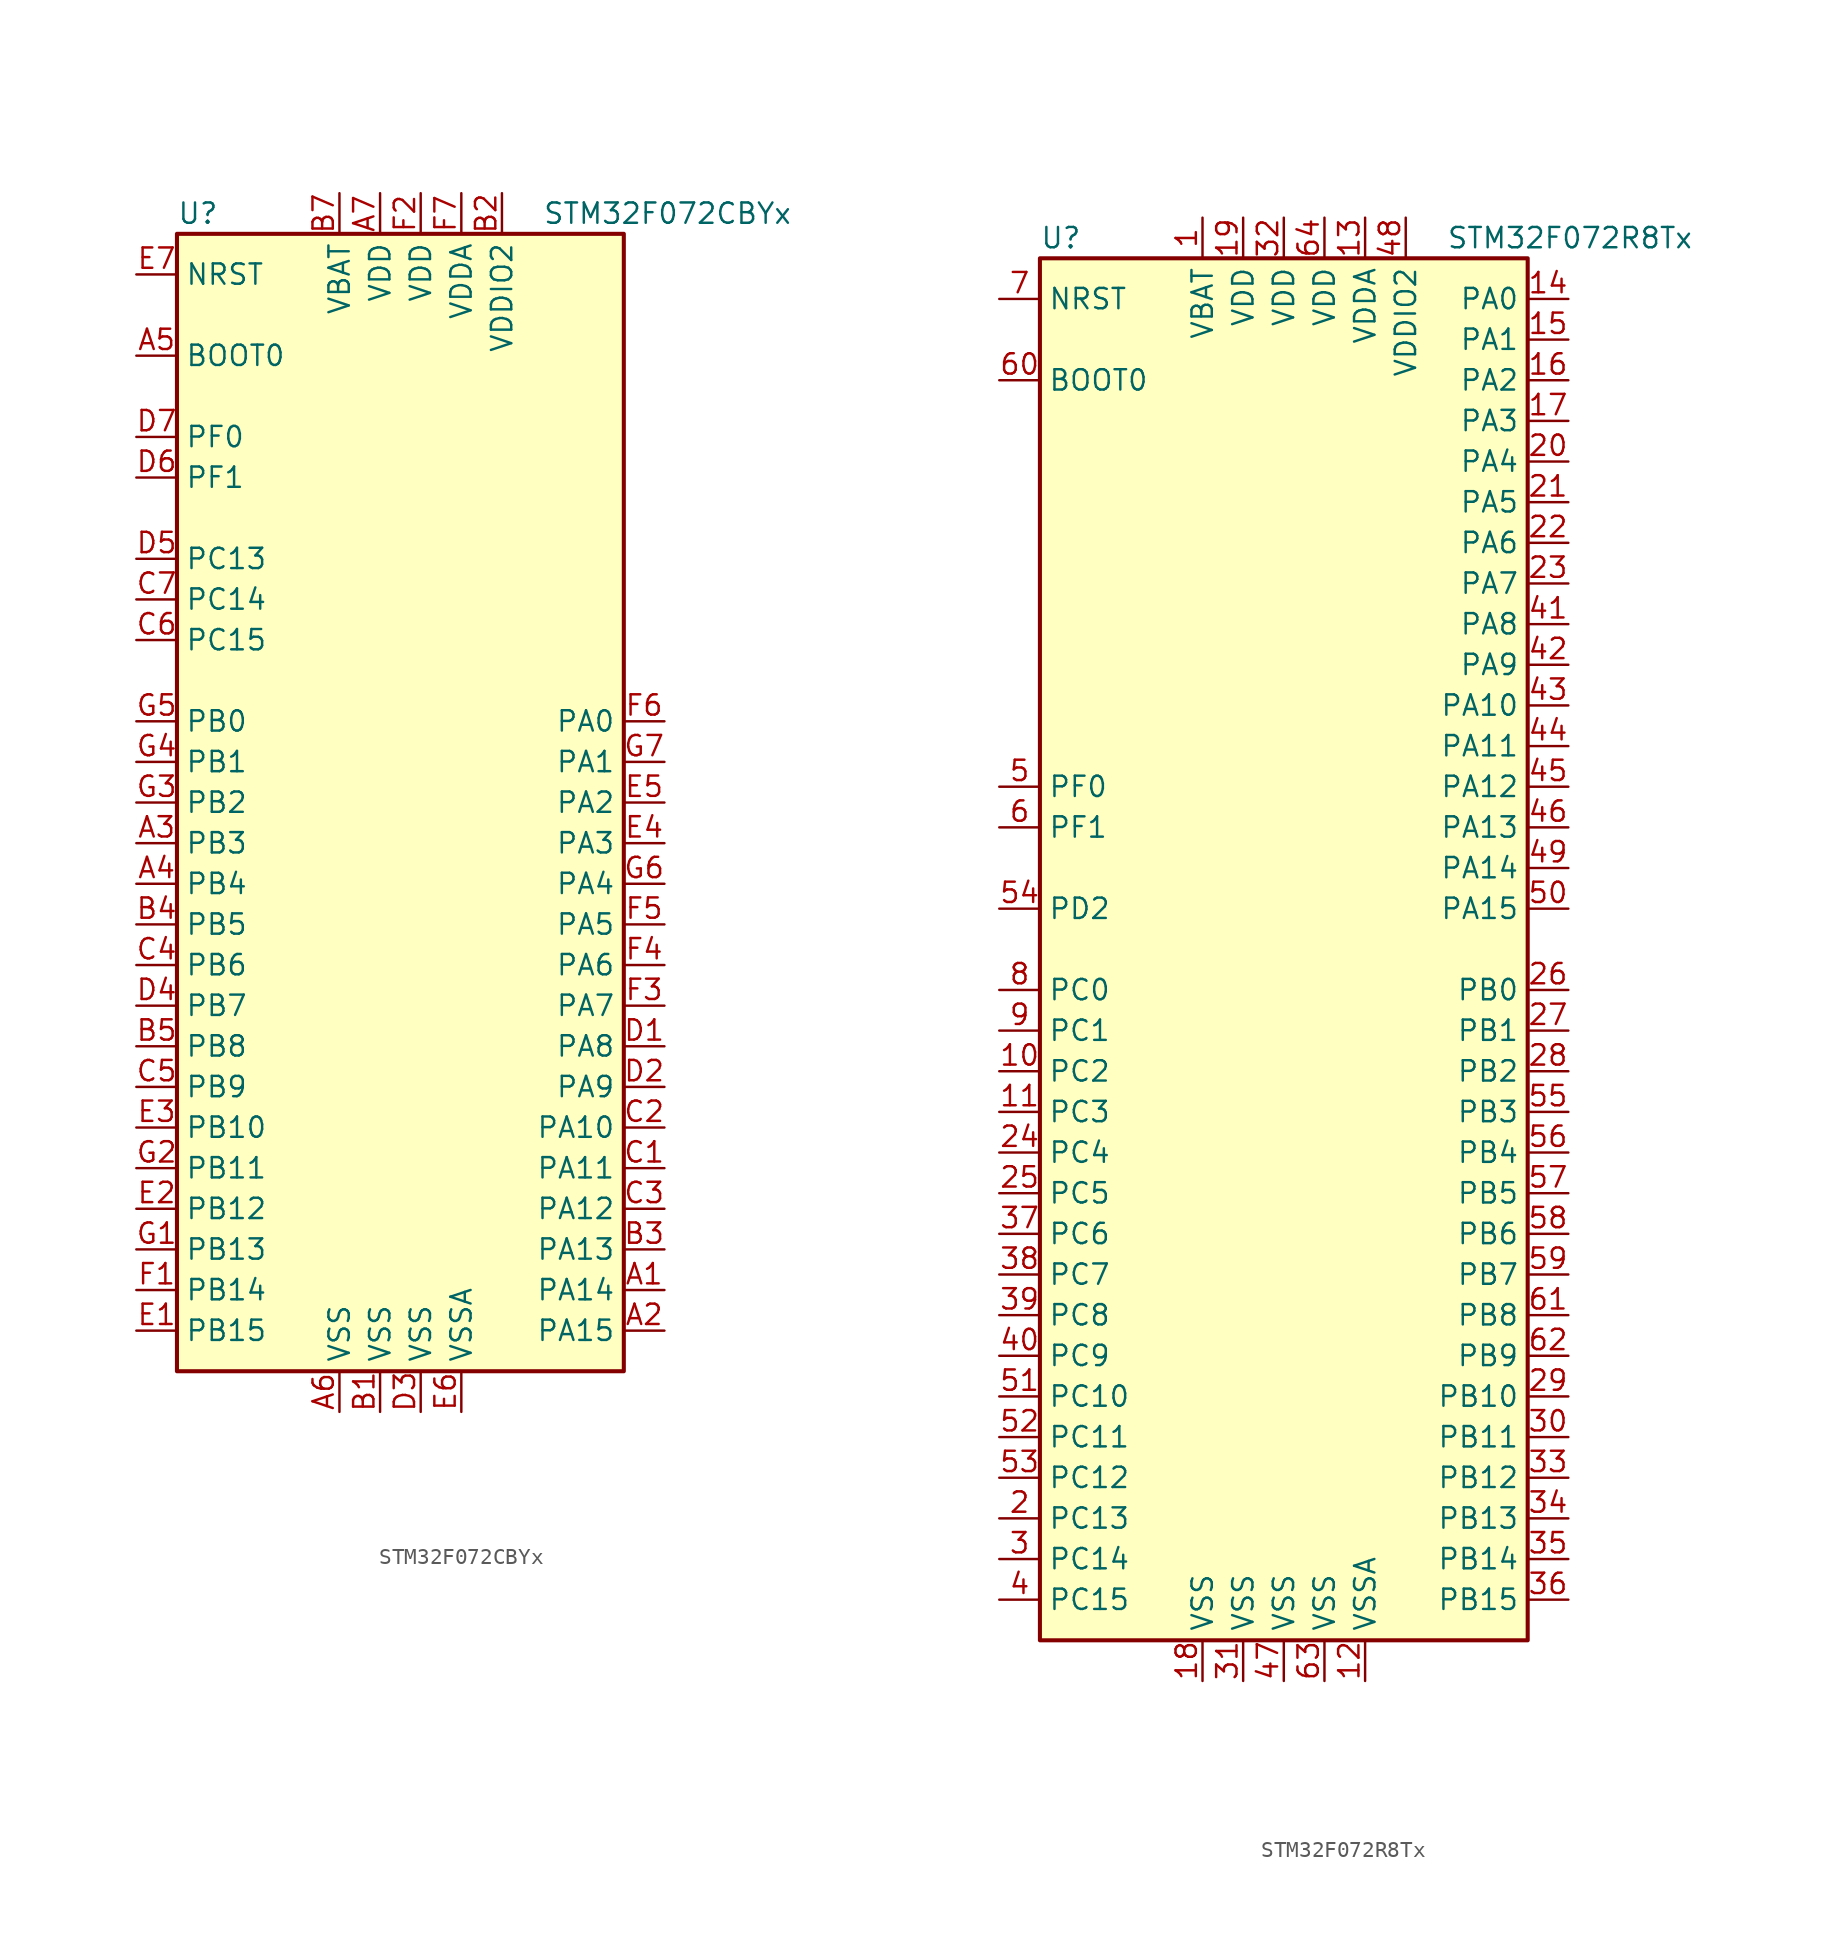
<source format=kicad_sym>
(kicad_symbol_lib
  (version 20201005)
  (generator kicad_symbol_editor)
  (symbol "MCU_ST_STM32F0:STM32F072CBYx"
    (property "Reference" "U"
      (at -15.24 36.83 0)
      (effects (font (size 1.27 1.27)) (justify left)))
    (property "Value" "STM32F072CBYx"
      (at 7.62 36.83 0)
      (effects (font (size 1.27 1.27)) (justify left)))
    (symbol "STM32F072CBYx_0_1"
      (rectangle (start -15.24 -35.56) (end 12.7 35.56) (stroke (width 0.254)) (fill (type background))))
    (symbol "STM32F072CBYx_1_1"
      (pin bidirectional line (at 15.24 -30.48 180) (length 2.54) (name "PA14" (effects (font (size 1.27 1.27)))) (number "A1" (effects (font (size 1.27 1.27)))))
      (pin bidirectional line (at 15.24 -33.02 180) (length 2.54) (name "PA15" (effects (font (size 1.27 1.27)))) (number "A2" (effects (font (size 1.27 1.27)))))
      (pin bidirectional line (at -17.78 -2.54 0) (length 2.54) (name "PB3" (effects (font (size 1.27 1.27)))) (number "A3" (effects (font (size 1.27 1.27)))))
      (pin bidirectional line (at -17.78 -5.08 0) (length 2.54) (name "PB4" (effects (font (size 1.27 1.27)))) (number "A4" (effects (font (size 1.27 1.27)))))
      (pin input line (at -17.78 27.94 0) (length 2.54) (name "BOOT0" (effects (font (size 1.27 1.27)))) (number "A5" (effects (font (size 1.27 1.27)))))
      (pin power_in line (at -5.08 -38.1 90) (length 2.54) (name "VSS" (effects (font (size 1.27 1.27)))) (number "A6" (effects (font (size 1.27 1.27)))))
      (pin power_in line (at -2.54 38.1 270) (length 2.54) (name "VDD" (effects (font (size 1.27 1.27)))) (number "A7" (effects (font (size 1.27 1.27)))))
      (pin power_in line (at -2.54 -38.1 90) (length 2.54) (name "VSS" (effects (font (size 1.27 1.27)))) (number "B1" (effects (font (size 1.27 1.27)))))
      (pin power_in line (at 5.08 38.1 270) (length 2.54) (name "VDDIO2" (effects (font (size 1.27 1.27)))) (number "B2" (effects (font (size 1.27 1.27)))))
      (pin bidirectional line (at 15.24 -27.94 180) (length 2.54) (name "PA13" (effects (font (size 1.27 1.27)))) (number "B3" (effects (font (size 1.27 1.27)))))
      (pin bidirectional line (at -17.78 -7.62 0) (length 2.54) (name "PB5" (effects (font (size 1.27 1.27)))) (number "B4" (effects (font (size 1.27 1.27)))))
      (pin bidirectional line (at -17.78 -15.24 0) (length 2.54) (name "PB8" (effects (font (size 1.27 1.27)))) (number "B5" (effects (font (size 1.27 1.27)))))
      (pin no_connect line (at -15.24 -33.02 0) (length 2.54) hide (name "NC" (effects (font (size 1.27 1.27)))) (number "B6" (effects (font (size 1.27 1.27)))))
      (pin power_in line (at -5.08 38.1 270) (length 2.54) (name "VBAT" (effects (font (size 1.27 1.27)))) (number "B7" (effects (font (size 1.27 1.27)))))
      (pin bidirectional line (at 15.24 -22.86 180) (length 2.54) (name "PA11" (effects (font (size 1.27 1.27)))) (number "C1" (effects (font (size 1.27 1.27)))))
      (pin bidirectional line (at 15.24 -20.32 180) (length 2.54) (name "PA10" (effects (font (size 1.27 1.27)))) (number "C2" (effects (font (size 1.27 1.27)))))
      (pin bidirectional line (at 15.24 -25.4 180) (length 2.54) (name "PA12" (effects (font (size 1.27 1.27)))) (number "C3" (effects (font (size 1.27 1.27)))))
      (pin bidirectional line (at -17.78 -10.16 0) (length 2.54) (name "PB6" (effects (font (size 1.27 1.27)))) (number "C4" (effects (font (size 1.27 1.27)))))
      (pin bidirectional line (at -17.78 -17.78 0) (length 2.54) (name "PB9" (effects (font (size 1.27 1.27)))) (number "C5" (effects (font (size 1.27 1.27)))))
      (pin bidirectional line (at -17.78 10.16 0) (length 2.54) (name "PC15" (effects (font (size 1.27 1.27)))) (number "C6" (effects (font (size 1.27 1.27)))))
      (pin bidirectional line (at -17.78 12.7 0) (length 2.54) (name "PC14" (effects (font (size 1.27 1.27)))) (number "C7" (effects (font (size 1.27 1.27)))))
      (pin bidirectional line (at 15.24 -15.24 180) (length 2.54) (name "PA8" (effects (font (size 1.27 1.27)))) (number "D1" (effects (font (size 1.27 1.27)))))
      (pin bidirectional line (at 15.24 -17.78 180) (length 2.54) (name "PA9" (effects (font (size 1.27 1.27)))) (number "D2" (effects (font (size 1.27 1.27)))))
      (pin power_in line (at 0 -38.1 90) (length 2.54) (name "VSS" (effects (font (size 1.27 1.27)))) (number "D3" (effects (font (size 1.27 1.27)))))
      (pin bidirectional line (at -17.78 -12.7 0) (length 2.54) (name "PB7" (effects (font (size 1.27 1.27)))) (number "D4" (effects (font (size 1.27 1.27)))))
      (pin bidirectional line (at -17.78 15.24 0) (length 2.54) (name "PC13" (effects (font (size 1.27 1.27)))) (number "D5" (effects (font (size 1.27 1.27)))))
      (pin input line (at -17.78 20.32 0) (length 2.54) (name "PF1" (effects (font (size 1.27 1.27)))) (number "D6" (effects (font (size 1.27 1.27)))))
      (pin input line (at -17.78 22.86 0) (length 2.54) (name "PF0" (effects (font (size 1.27 1.27)))) (number "D7" (effects (font (size 1.27 1.27)))))
      (pin bidirectional line (at -17.78 -33.02 0) (length 2.54) (name "PB15" (effects (font (size 1.27 1.27)))) (number "E1" (effects (font (size 1.27 1.27)))))
      (pin bidirectional line (at -17.78 -25.4 0) (length 2.54) (name "PB12" (effects (font (size 1.27 1.27)))) (number "E2" (effects (font (size 1.27 1.27)))))
      (pin bidirectional line (at -17.78 -20.32 0) (length 2.54) (name "PB10" (effects (font (size 1.27 1.27)))) (number "E3" (effects (font (size 1.27 1.27)))))
      (pin bidirectional line (at 15.24 -2.54 180) (length 2.54) (name "PA3" (effects (font (size 1.27 1.27)))) (number "E4" (effects (font (size 1.27 1.27)))))
      (pin bidirectional line (at 15.24 0 180) (length 2.54) (name "PA2" (effects (font (size 1.27 1.27)))) (number "E5" (effects (font (size 1.27 1.27)))))
      (pin power_in line (at 2.54 -38.1 90) (length 2.54) (name "VSSA" (effects (font (size 1.27 1.27)))) (number "E6" (effects (font (size 1.27 1.27)))))
      (pin input line (at -17.78 33.02 0) (length 2.54) (name "NRST" (effects (font (size 1.27 1.27)))) (number "E7" (effects (font (size 1.27 1.27)))))
      (pin bidirectional line (at -17.78 -30.48 0) (length 2.54) (name "PB14" (effects (font (size 1.27 1.27)))) (number "F1" (effects (font (size 1.27 1.27)))))
      (pin power_in line (at 0 38.1 270) (length 2.54) (name "VDD" (effects (font (size 1.27 1.27)))) (number "F2" (effects (font (size 1.27 1.27)))))
      (pin bidirectional line (at 15.24 -12.7 180) (length 2.54) (name "PA7" (effects (font (size 1.27 1.27)))) (number "F3" (effects (font (size 1.27 1.27)))))
      (pin bidirectional line (at 15.24 -10.16 180) (length 2.54) (name "PA6" (effects (font (size 1.27 1.27)))) (number "F4" (effects (font (size 1.27 1.27)))))
      (pin bidirectional line (at 15.24 -7.62 180) (length 2.54) (name "PA5" (effects (font (size 1.27 1.27)))) (number "F5" (effects (font (size 1.27 1.27)))))
      (pin bidirectional line (at 15.24 5.08 180) (length 2.54) (name "PA0" (effects (font (size 1.27 1.27)))) (number "F6" (effects (font (size 1.27 1.27)))))
      (pin power_in line (at 2.54 38.1 270) (length 2.54) (name "VDDA" (effects (font (size 1.27 1.27)))) (number "F7" (effects (font (size 1.27 1.27)))))
      (pin bidirectional line (at -17.78 -27.94 0) (length 2.54) (name "PB13" (effects (font (size 1.27 1.27)))) (number "G1" (effects (font (size 1.27 1.27)))))
      (pin bidirectional line (at -17.78 -22.86 0) (length 2.54) (name "PB11" (effects (font (size 1.27 1.27)))) (number "G2" (effects (font (size 1.27 1.27)))))
      (pin bidirectional line (at -17.78 0 0) (length 2.54) (name "PB2" (effects (font (size 1.27 1.27)))) (number "G3" (effects (font (size 1.27 1.27)))))
      (pin bidirectional line (at -17.78 2.54 0) (length 2.54) (name "PB1" (effects (font (size 1.27 1.27)))) (number "G4" (effects (font (size 1.27 1.27)))))
      (pin bidirectional line (at -17.78 5.08 0) (length 2.54) (name "PB0" (effects (font (size 1.27 1.27)))) (number "G5" (effects (font (size 1.27 1.27)))))
      (pin bidirectional line (at 15.24 -5.08 180) (length 2.54) (name "PA4" (effects (font (size 1.27 1.27)))) (number "G6" (effects (font (size 1.27 1.27)))))
      (pin bidirectional line (at 15.24 2.54 180) (length 2.54) (name "PA1" (effects (font (size 1.27 1.27)))) (number "G7" (effects (font (size 1.27 1.27)))))))
  (symbol "MCU_ST_STM32F0:STM32F072R8Tx"
    (property "Reference" "U"
      (at -15.24 44.45 0)
      (effects (font (size 1.27 1.27)) (justify left)))
    (property "Value" "STM32F072R8Tx"
      (at 10.16 44.45 0)
      (effects (font (size 1.27 1.27)) (justify left)))
    (symbol "STM32F072R8Tx_0_1"
      (rectangle (start -15.24 -43.18) (end 15.24 43.18) (stroke (width 0.254)) (fill (type background))))
    (symbol "STM32F072R8Tx_1_1"
      (pin power_in line (at -5.08 45.72 270) (length 2.54) (name "VBAT" (effects (font (size 1.27 1.27)))) (number "1" (effects (font (size 1.27 1.27)))))
      (pin bidirectional line (at -17.78 -7.62 0) (length 2.54) (name "PC2" (effects (font (size 1.27 1.27)))) (number "10" (effects (font (size 1.27 1.27)))))
      (pin bidirectional line (at -17.78 -10.16 0) (length 2.54) (name "PC3" (effects (font (size 1.27 1.27)))) (number "11" (effects (font (size 1.27 1.27)))))
      (pin power_in line (at 5.08 -45.72 90) (length 2.54) (name "VSSA" (effects (font (size 1.27 1.27)))) (number "12" (effects (font (size 1.27 1.27)))))
      (pin power_in line (at 5.08 45.72 270) (length 2.54) (name "VDDA" (effects (font (size 1.27 1.27)))) (number "13" (effects (font (size 1.27 1.27)))))
      (pin bidirectional line (at 17.78 40.64 180) (length 2.54) (name "PA0" (effects (font (size 1.27 1.27)))) (number "14" (effects (font (size 1.27 1.27)))))
      (pin bidirectional line (at 17.78 38.1 180) (length 2.54) (name "PA1" (effects (font (size 1.27 1.27)))) (number "15" (effects (font (size 1.27 1.27)))))
      (pin bidirectional line (at 17.78 35.56 180) (length 2.54) (name "PA2" (effects (font (size 1.27 1.27)))) (number "16" (effects (font (size 1.27 1.27)))))
      (pin bidirectional line (at 17.78 33.02 180) (length 2.54) (name "PA3" (effects (font (size 1.27 1.27)))) (number "17" (effects (font (size 1.27 1.27)))))
      (pin power_in line (at -5.08 -45.72 90) (length 2.54) (name "VSS" (effects (font (size 1.27 1.27)))) (number "18" (effects (font (size 1.27 1.27)))))
      (pin power_in line (at -2.54 45.72 270) (length 2.54) (name "VDD" (effects (font (size 1.27 1.27)))) (number "19" (effects (font (size 1.27 1.27)))))
      (pin bidirectional line (at -17.78 -35.56 0) (length 2.54) (name "PC13" (effects (font (size 1.27 1.27)))) (number "2" (effects (font (size 1.27 1.27)))))
      (pin bidirectional line (at 17.78 30.48 180) (length 2.54) (name "PA4" (effects (font (size 1.27 1.27)))) (number "20" (effects (font (size 1.27 1.27)))))
      (pin bidirectional line (at 17.78 27.94 180) (length 2.54) (name "PA5" (effects (font (size 1.27 1.27)))) (number "21" (effects (font (size 1.27 1.27)))))
      (pin bidirectional line (at 17.78 25.4 180) (length 2.54) (name "PA6" (effects (font (size 1.27 1.27)))) (number "22" (effects (font (size 1.27 1.27)))))
      (pin bidirectional line (at 17.78 22.86 180) (length 2.54) (name "PA7" (effects (font (size 1.27 1.27)))) (number "23" (effects (font (size 1.27 1.27)))))
      (pin bidirectional line (at -17.78 -12.7 0) (length 2.54) (name "PC4" (effects (font (size 1.27 1.27)))) (number "24" (effects (font (size 1.27 1.27)))))
      (pin bidirectional line (at -17.78 -15.24 0) (length 2.54) (name "PC5" (effects (font (size 1.27 1.27)))) (number "25" (effects (font (size 1.27 1.27)))))
      (pin bidirectional line (at 17.78 -2.54 180) (length 2.54) (name "PB0" (effects (font (size 1.27 1.27)))) (number "26" (effects (font (size 1.27 1.27)))))
      (pin bidirectional line (at 17.78 -5.08 180) (length 2.54) (name "PB1" (effects (font (size 1.27 1.27)))) (number "27" (effects (font (size 1.27 1.27)))))
      (pin bidirectional line (at 17.78 -7.62 180) (length 2.54) (name "PB2" (effects (font (size 1.27 1.27)))) (number "28" (effects (font (size 1.27 1.27)))))
      (pin bidirectional line (at 17.78 -27.94 180) (length 2.54) (name "PB10" (effects (font (size 1.27 1.27)))) (number "29" (effects (font (size 1.27 1.27)))))
      (pin bidirectional line (at -17.78 -38.1 0) (length 2.54) (name "PC14" (effects (font (size 1.27 1.27)))) (number "3" (effects (font (size 1.27 1.27)))))
      (pin bidirectional line (at 17.78 -30.48 180) (length 2.54) (name "PB11" (effects (font (size 1.27 1.27)))) (number "30" (effects (font (size 1.27 1.27)))))
      (pin power_in line (at -2.54 -45.72 90) (length 2.54) (name "VSS" (effects (font (size 1.27 1.27)))) (number "31" (effects (font (size 1.27 1.27)))))
      (pin power_in line (at 0 45.72 270) (length 2.54) (name "VDD" (effects (font (size 1.27 1.27)))) (number "32" (effects (font (size 1.27 1.27)))))
      (pin bidirectional line (at 17.78 -33.02 180) (length 2.54) (name "PB12" (effects (font (size 1.27 1.27)))) (number "33" (effects (font (size 1.27 1.27)))))
      (pin bidirectional line (at 17.78 -35.56 180) (length 2.54) (name "PB13" (effects (font (size 1.27 1.27)))) (number "34" (effects (font (size 1.27 1.27)))))
      (pin bidirectional line (at 17.78 -38.1 180) (length 2.54) (name "PB14" (effects (font (size 1.27 1.27)))) (number "35" (effects (font (size 1.27 1.27)))))
      (pin bidirectional line (at 17.78 -40.64 180) (length 2.54) (name "PB15" (effects (font (size 1.27 1.27)))) (number "36" (effects (font (size 1.27 1.27)))))
      (pin bidirectional line (at -17.78 -17.78 0) (length 2.54) (name "PC6" (effects (font (size 1.27 1.27)))) (number "37" (effects (font (size 1.27 1.27)))))
      (pin bidirectional line (at -17.78 -20.32 0) (length 2.54) (name "PC7" (effects (font (size 1.27 1.27)))) (number "38" (effects (font (size 1.27 1.27)))))
      (pin bidirectional line (at -17.78 -22.86 0) (length 2.54) (name "PC8" (effects (font (size 1.27 1.27)))) (number "39" (effects (font (size 1.27 1.27)))))
      (pin bidirectional line (at -17.78 -40.64 0) (length 2.54) (name "PC15" (effects (font (size 1.27 1.27)))) (number "4" (effects (font (size 1.27 1.27)))))
      (pin bidirectional line (at -17.78 -25.4 0) (length 2.54) (name "PC9" (effects (font (size 1.27 1.27)))) (number "40" (effects (font (size 1.27 1.27)))))
      (pin bidirectional line (at 17.78 20.32 180) (length 2.54) (name "PA8" (effects (font (size 1.27 1.27)))) (number "41" (effects (font (size 1.27 1.27)))))
      (pin bidirectional line (at 17.78 17.78 180) (length 2.54) (name "PA9" (effects (font (size 1.27 1.27)))) (number "42" (effects (font (size 1.27 1.27)))))
      (pin bidirectional line (at 17.78 15.24 180) (length 2.54) (name "PA10" (effects (font (size 1.27 1.27)))) (number "43" (effects (font (size 1.27 1.27)))))
      (pin bidirectional line (at 17.78 12.7 180) (length 2.54) (name "PA11" (effects (font (size 1.27 1.27)))) (number "44" (effects (font (size 1.27 1.27)))))
      (pin bidirectional line (at 17.78 10.16 180) (length 2.54) (name "PA12" (effects (font (size 1.27 1.27)))) (number "45" (effects (font (size 1.27 1.27)))))
      (pin bidirectional line (at 17.78 7.62 180) (length 2.54) (name "PA13" (effects (font (size 1.27 1.27)))) (number "46" (effects (font (size 1.27 1.27)))))
      (pin power_in line (at 0 -45.72 90) (length 2.54) (name "VSS" (effects (font (size 1.27 1.27)))) (number "47" (effects (font (size 1.27 1.27)))))
      (pin power_in line (at 7.62 45.72 270) (length 2.54) (name "VDDIO2" (effects (font (size 1.27 1.27)))) (number "48" (effects (font (size 1.27 1.27)))))
      (pin bidirectional line (at 17.78 5.08 180) (length 2.54) (name "PA14" (effects (font (size 1.27 1.27)))) (number "49" (effects (font (size 1.27 1.27)))))
      (pin input line (at -17.78 10.16 0) (length 2.54) (name "PF0" (effects (font (size 1.27 1.27)))) (number "5" (effects (font (size 1.27 1.27)))))
      (pin bidirectional line (at 17.78 2.54 180) (length 2.54) (name "PA15" (effects (font (size 1.27 1.27)))) (number "50" (effects (font (size 1.27 1.27)))))
      (pin bidirectional line (at -17.78 -27.94 0) (length 2.54) (name "PC10" (effects (font (size 1.27 1.27)))) (number "51" (effects (font (size 1.27 1.27)))))
      (pin bidirectional line (at -17.78 -30.48 0) (length 2.54) (name "PC11" (effects (font (size 1.27 1.27)))) (number "52" (effects (font (size 1.27 1.27)))))
      (pin bidirectional line (at -17.78 -33.02 0) (length 2.54) (name "PC12" (effects (font (size 1.27 1.27)))) (number "53" (effects (font (size 1.27 1.27)))))
      (pin bidirectional line (at -17.78 2.54 0) (length 2.54) (name "PD2" (effects (font (size 1.27 1.27)))) (number "54" (effects (font (size 1.27 1.27)))))
      (pin bidirectional line (at 17.78 -10.16 180) (length 2.54) (name "PB3" (effects (font (size 1.27 1.27)))) (number "55" (effects (font (size 1.27 1.27)))))
      (pin bidirectional line (at 17.78 -12.7 180) (length 2.54) (name "PB4" (effects (font (size 1.27 1.27)))) (number "56" (effects (font (size 1.27 1.27)))))
      (pin bidirectional line (at 17.78 -15.24 180) (length 2.54) (name "PB5" (effects (font (size 1.27 1.27)))) (number "57" (effects (font (size 1.27 1.27)))))
      (pin bidirectional line (at 17.78 -17.78 180) (length 2.54) (name "PB6" (effects (font (size 1.27 1.27)))) (number "58" (effects (font (size 1.27 1.27)))))
      (pin bidirectional line (at 17.78 -20.32 180) (length 2.54) (name "PB7" (effects (font (size 1.27 1.27)))) (number "59" (effects (font (size 1.27 1.27)))))
      (pin input line (at -17.78 7.62 0) (length 2.54) (name "PF1" (effects (font (size 1.27 1.27)))) (number "6" (effects (font (size 1.27 1.27)))))
      (pin input line (at -17.78 35.56 0) (length 2.54) (name "BOOT0" (effects (font (size 1.27 1.27)))) (number "60" (effects (font (size 1.27 1.27)))))
      (pin bidirectional line (at 17.78 -22.86 180) (length 2.54) (name "PB8" (effects (font (size 1.27 1.27)))) (number "61" (effects (font (size 1.27 1.27)))))
      (pin bidirectional line (at 17.78 -25.4 180) (length 2.54) (name "PB9" (effects (font (size 1.27 1.27)))) (number "62" (effects (font (size 1.27 1.27)))))
      (pin power_in line (at 2.54 -45.72 90) (length 2.54) (name "VSS" (effects (font (size 1.27 1.27)))) (number "63" (effects (font (size 1.27 1.27)))))
      (pin power_in line (at 2.54 45.72 270) (length 2.54) (name "VDD" (effects (font (size 1.27 1.27)))) (number "64" (effects (font (size 1.27 1.27)))))
      (pin input line (at -17.78 40.64 0) (length 2.54) (name "NRST" (effects (font (size 1.27 1.27)))) (number "7" (effects (font (size 1.27 1.27)))))
      (pin bidirectional line (at -17.78 -2.54 0) (length 2.54) (name "PC0" (effects (font (size 1.27 1.27)))) (number "8" (effects (font (size 1.27 1.27)))))
      (pin bidirectional line (at -17.78 -5.08 0) (length 2.54) (name "PC1" (effects (font (size 1.27 1.27)))) (number "9" (effects (font (size 1.27 1.27))))))))
</source>
